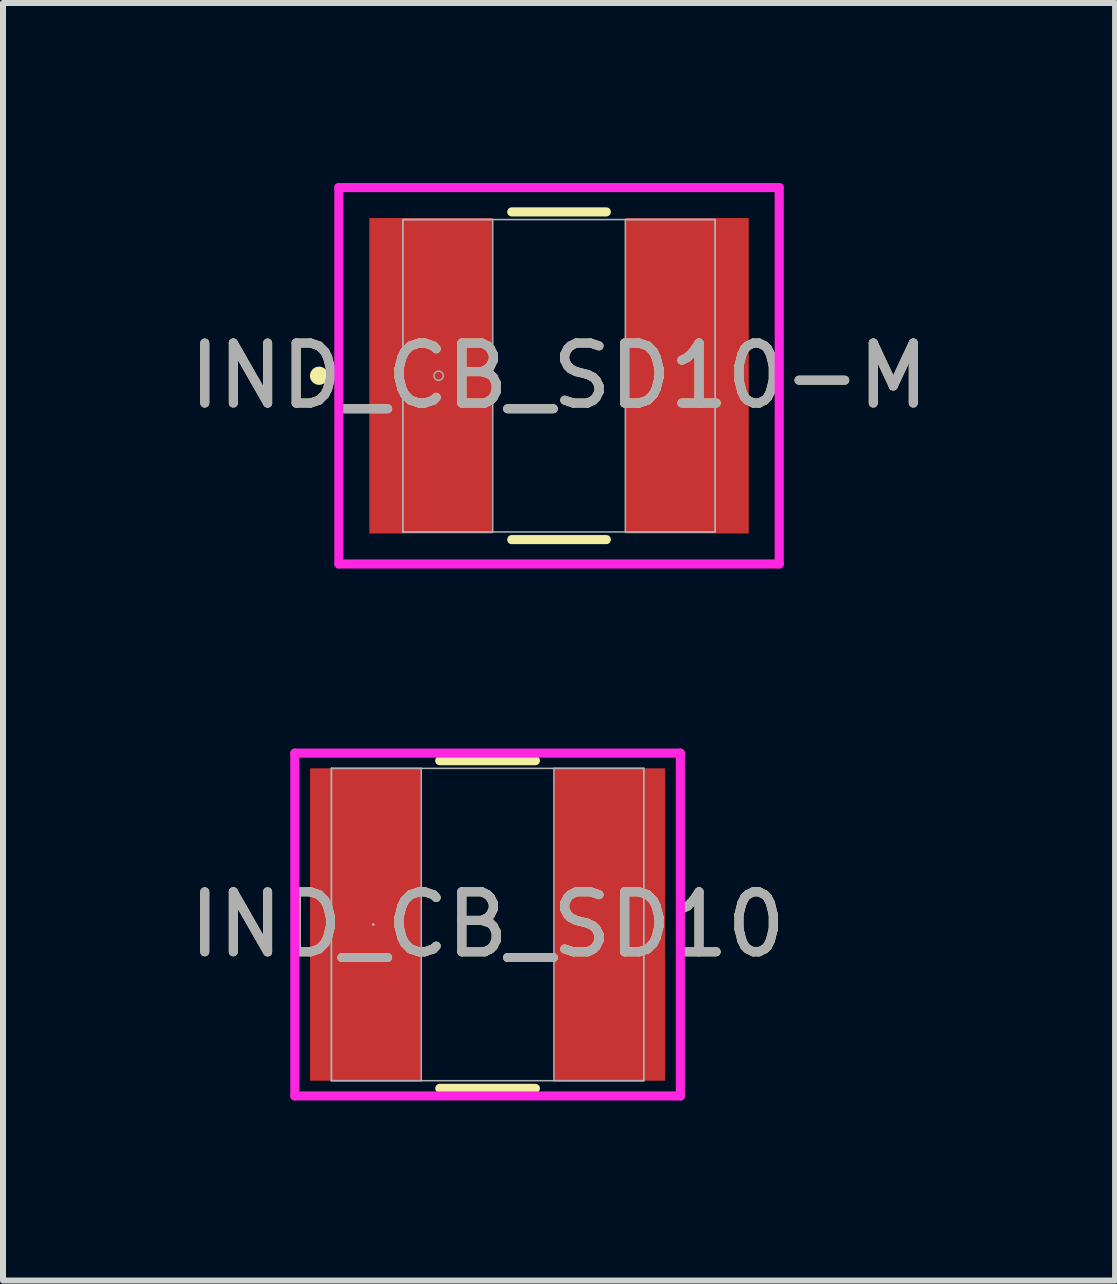
<source format=kicad_pcb>
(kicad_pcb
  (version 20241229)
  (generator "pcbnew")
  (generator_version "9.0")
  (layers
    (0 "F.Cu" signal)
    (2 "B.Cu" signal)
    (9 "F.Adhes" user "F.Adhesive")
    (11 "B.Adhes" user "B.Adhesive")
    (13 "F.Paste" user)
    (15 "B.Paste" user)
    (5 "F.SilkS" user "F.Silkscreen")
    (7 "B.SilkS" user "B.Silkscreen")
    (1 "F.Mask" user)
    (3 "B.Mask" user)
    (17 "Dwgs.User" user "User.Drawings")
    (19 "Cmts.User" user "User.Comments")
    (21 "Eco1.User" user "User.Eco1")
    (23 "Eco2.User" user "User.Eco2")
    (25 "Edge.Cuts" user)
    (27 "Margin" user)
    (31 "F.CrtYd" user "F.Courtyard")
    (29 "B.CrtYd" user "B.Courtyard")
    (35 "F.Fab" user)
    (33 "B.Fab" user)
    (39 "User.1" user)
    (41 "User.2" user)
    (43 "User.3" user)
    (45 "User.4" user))
  (footprint "IND_CB_SD10"
    (layer "F.Cu")
    (at 5.077 12.36)
    (property "Reference" "IND_CB_SD10" (at 0 0 0) (unlocked yes) (layer "F.SilkS") (effects (font (size 1 1) (thickness 0.15))))
    (attr smd)
    (fp_line (start -0.797 2.731) (end 0.797 2.731) (stroke (width 0.152) (type solid)) (layer "F.SilkS"))
    (fp_line (start 0.797 -2.731) (end -0.797 -2.731) (stroke (width 0.152) (type solid)) (layer "F.SilkS"))
    (fp_line (start -3.213 -2.857) (end 3.213 -2.857) (stroke (width 0.152) (type solid)) (layer "F.CrtYd"))
    (fp_line (start -3.213 2.857) (end -3.213 -2.857) (stroke (width 0.152) (type solid)) (layer "F.CrtYd"))
    (fp_line (start 3.213 -2.857) (end 3.213 2.857) (stroke (width 0.152) (type solid)) (layer "F.CrtYd"))
    (fp_line (start 3.213 2.857) (end -3.213 2.857) (stroke (width 0.152) (type solid)) (layer "F.CrtYd"))
    (fp_line (start -2.603 -2.603) (end -2.603 2.603) (stroke (width 0.025) (type solid)) (layer "F.Fab"))
    (fp_line (start -2.603 -2.603) (end -2.603 2.603) (stroke (width 0.025) (type solid)) (layer "F.Fab"))
    (fp_line (start -2.603 2.603) (end -1.105 2.603) (stroke (width 0.025) (type solid)) (layer "F.Fab"))
    (fp_line (start -2.603 2.603) (end 2.603 2.603) (stroke (width 0.025) (type solid)) (layer "F.Fab"))
    (fp_line (start -1.105 -2.603) (end -2.603 -2.603) (stroke (width 0.025) (type solid)) (layer "F.Fab"))
    (fp_line (start -1.105 2.603) (end -1.105 -2.603) (stroke (width 0.025) (type solid)) (layer "F.Fab"))
    (fp_line (start 1.105 -2.603) (end 1.105 2.603) (stroke (width 0.025) (type solid)) (layer "F.Fab"))
    (fp_line (start 1.105 2.603) (end 2.603 2.603) (stroke (width 0.025) (type solid)) (layer "F.Fab"))
    (fp_line (start 2.603 -2.603) (end -2.603 -2.603) (stroke (width 0.025) (type solid)) (layer "F.Fab"))
    (fp_line (start 2.603 -2.603) (end 1.105 -2.603) (stroke (width 0.025) (type solid)) (layer "F.Fab"))
    (fp_line (start 2.603 2.603) (end 2.603 -2.603) (stroke (width 0.025) (type solid)) (layer "F.Fab"))
    (fp_line (start 2.603 2.603) (end 2.603 -2.603) (stroke (width 0.025) (type solid)) (layer "F.Fab"))
    (fp_circle (center -1.905 0) (end -1.905 0) (stroke (width 0.025) (type solid)) (fill no) (layer "F.Fab"))
    (fp_text user "${REFERENCE}" (at 0 0 0) (unlocked yes) (layer "F.Fab") (effects (font (size 1 1) (thickness 0.15))))
    (pad "1" smd rect (at -2.032 0) (size 1.854 5.207) (layers "F.Cu" "F.Mask" "F.Paste"))
    (pad "2" smd rect (at 2.032 0) (size 1.854 5.207) (layers "F.Cu" "F.Mask" "F.Paste"))
    (zone (net_name "") (layer "F.Cu") (hatch full 0.508) (connect_pads) (min_thickness 0.254) (filled_areas_thickness no) (keepout (tracks not_allowed) (vias not_allowed) (pads allowed) (copperpour not_allowed) (footprints allowed)) (placement (enabled no)) (fill) (polygon (pts (xy 4.023 9.807) (xy 6.131 9.807) (xy 6.131 14.913) (xy 4.023 14.913)))))
  (footprint "IND_CB_SD10-M"
    (layer "F.Cu")
    (at 6.268 3.213)
    (property "Reference" "IND_CB_SD10-M" (at 0 0 0) (unlocked yes) (layer "F.SilkS") (effects (font (size 1 1) (thickness 0.15))))
    (attr smd)
    (fp_line (start -0.788 2.731) (end 0.788 2.731) (stroke (width 0.152) (type solid)) (layer "F.SilkS"))
    (fp_line (start 0.788 -2.731) (end -0.788 -2.731) (stroke (width 0.152) (type solid)) (layer "F.SilkS"))
    (fp_circle (center -4 0) (end -3.924 0) (stroke (width 0.152) (type solid)) (fill no) (layer "F.SilkS"))
    (fp_line (start -3.67 -3.137) (end 3.67 -3.137) (stroke (width 0.152) (type solid)) (layer "F.CrtYd"))
    (fp_line (start -3.67 3.137) (end -3.67 -3.137) (stroke (width 0.152) (type solid)) (layer "F.CrtYd"))
    (fp_line (start 3.67 -3.137) (end 3.67 3.137) (stroke (width 0.152) (type solid)) (layer "F.CrtYd"))
    (fp_line (start 3.67 3.137) (end -3.67 3.137) (stroke (width 0.152) (type solid)) (layer "F.CrtYd"))
    (fp_line (start -2.603 -2.603) (end -2.603 2.603) (stroke (width 0.025) (type solid)) (layer "F.Fab"))
    (fp_line (start -2.603 -2.603) (end -2.603 2.603) (stroke (width 0.025) (type solid)) (layer "F.Fab"))
    (fp_line (start -2.603 2.603) (end -1.105 2.603) (stroke (width 0.025) (type solid)) (layer "F.Fab"))
    (fp_line (start -2.603 2.603) (end 2.603 2.603) (stroke (width 0.025) (type solid)) (layer "F.Fab"))
    (fp_line (start -1.105 -2.603) (end -2.603 -2.603) (stroke (width 0.025) (type solid)) (layer "F.Fab"))
    (fp_line (start -1.105 2.603) (end -1.105 -2.603) (stroke (width 0.025) (type solid)) (layer "F.Fab"))
    (fp_line (start 1.105 -2.603) (end 1.105 2.603) (stroke (width 0.025) (type solid)) (layer "F.Fab"))
    (fp_line (start 1.105 2.603) (end 2.603 2.603) (stroke (width 0.025) (type solid)) (layer "F.Fab"))
    (fp_line (start 2.603 -2.603) (end -2.603 -2.603) (stroke (width 0.025) (type solid)) (layer "F.Fab"))
    (fp_line (start 2.603 -2.603) (end 1.105 -2.603) (stroke (width 0.025) (type solid)) (layer "F.Fab"))
    (fp_line (start 2.603 2.603) (end 2.603 -2.603) (stroke (width 0.025) (type solid)) (layer "F.Fab"))
    (fp_line (start 2.603 2.603) (end 2.603 -2.603) (stroke (width 0.025) (type solid)) (layer "F.Fab"))
    (fp_circle (center -2.007 0) (end -1.93 0) (stroke (width 0.025) (type solid)) (fill no) (layer "F.Fab"))
    (fp_text user "${REFERENCE}" (at 0 0 0) (unlocked yes) (layer "F.Fab") (effects (font (size 1 1) (thickness 0.15))))
    (pad "1" smd rect (at -2.134 0) (size 2.057 5.258) (layers "F.Cu" "F.Mask" "F.Paste"))
    (pad "2" smd rect (at 2.134 0) (size 2.057 5.258) (layers "F.Cu" "F.Mask" "F.Paste"))
    (zone (net_name "") (layer "F.Cu") (hatch full 0.508) (connect_pads) (min_thickness 0.254) (filled_areas_thickness no) (keepout (tracks not_allowed) (vias not_allowed) (pads allowed) (copperpour not_allowed) (footprints allowed)) (placement (enabled no)) (fill) (polygon (pts (xy 5.214 0.66) (xy 7.322 0.66) (xy 7.322 5.766) (xy 5.214 5.766)))))
  (gr_rect
    (start -3 -3)
    (end 15.536 18.294)
    (stroke (width 0.1) (type default))
    (fill no)
    (layer "Edge.Cuts")))
</source>
